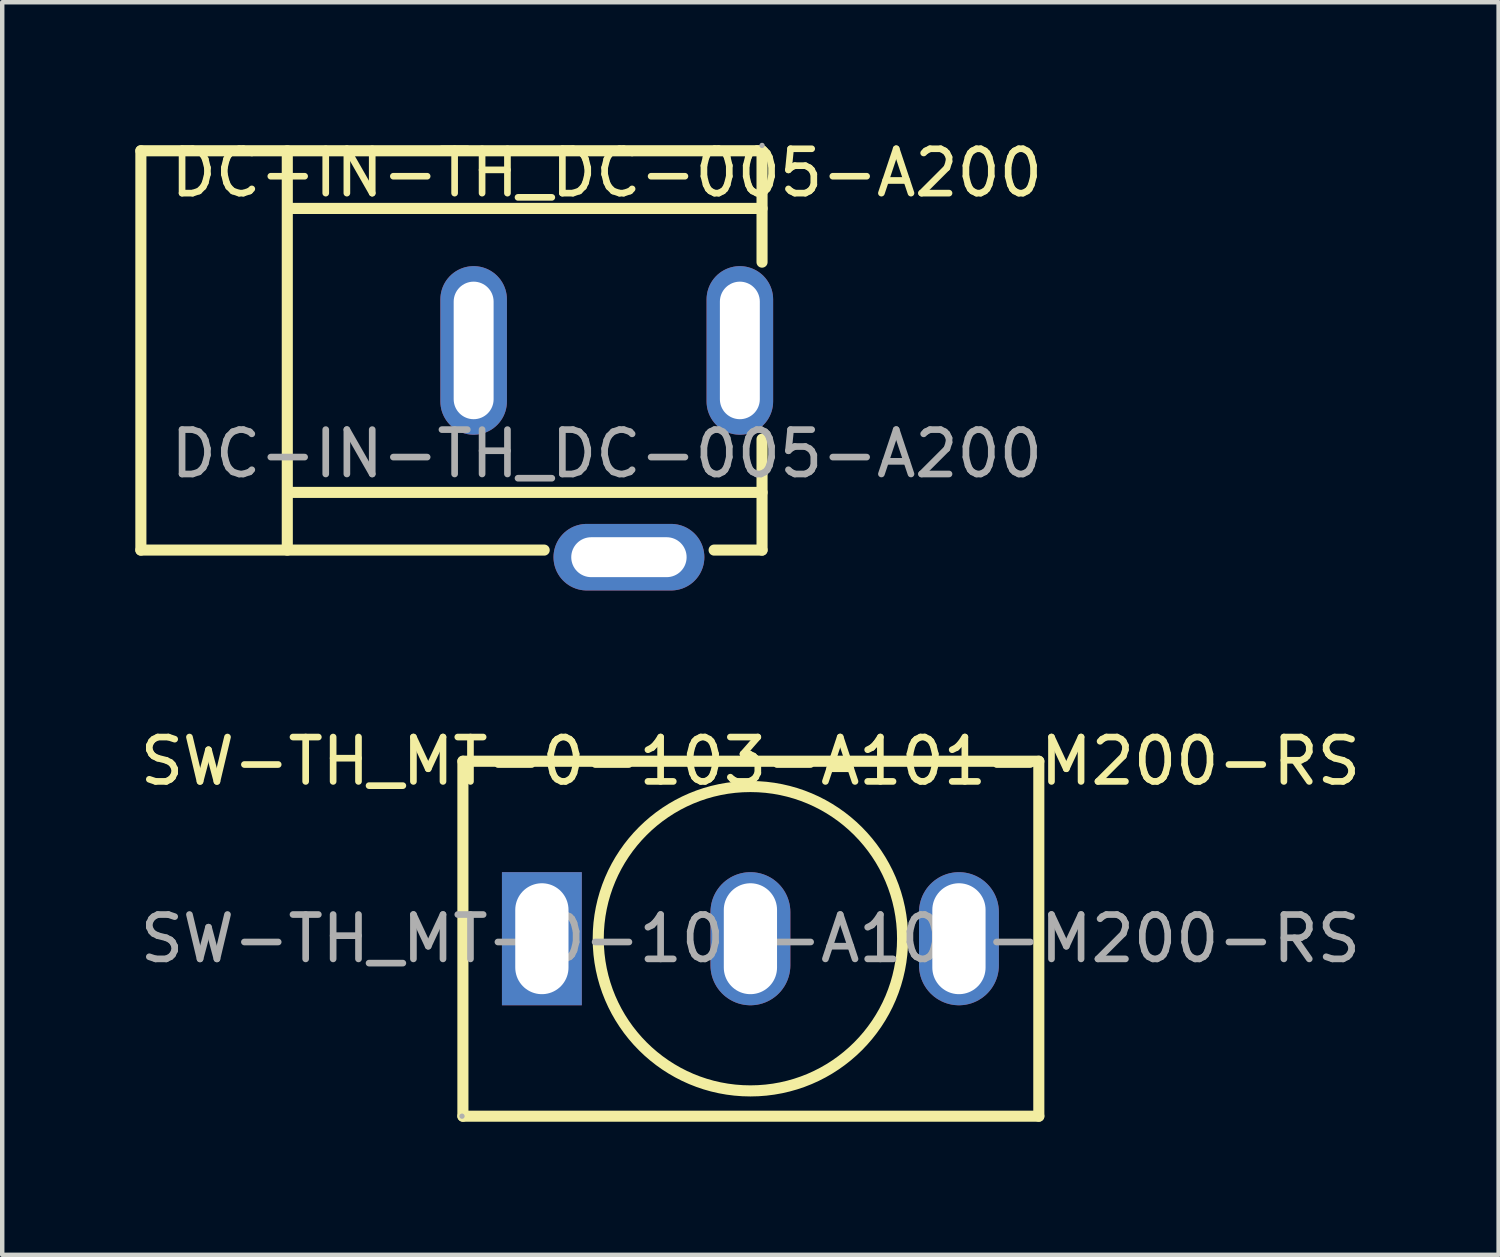
<source format=kicad_pcb>
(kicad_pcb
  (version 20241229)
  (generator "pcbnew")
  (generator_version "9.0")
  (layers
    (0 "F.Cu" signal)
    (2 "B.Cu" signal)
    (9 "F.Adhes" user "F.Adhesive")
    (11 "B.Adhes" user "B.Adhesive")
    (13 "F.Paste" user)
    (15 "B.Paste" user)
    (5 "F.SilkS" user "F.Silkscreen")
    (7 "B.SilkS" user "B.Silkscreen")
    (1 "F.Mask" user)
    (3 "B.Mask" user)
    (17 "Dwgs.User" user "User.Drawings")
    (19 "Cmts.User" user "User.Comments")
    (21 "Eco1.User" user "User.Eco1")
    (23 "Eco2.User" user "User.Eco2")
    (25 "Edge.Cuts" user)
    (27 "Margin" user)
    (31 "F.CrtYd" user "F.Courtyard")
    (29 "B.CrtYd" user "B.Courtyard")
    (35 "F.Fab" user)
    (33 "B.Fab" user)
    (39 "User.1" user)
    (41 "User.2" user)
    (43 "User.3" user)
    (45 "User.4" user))
  (footprint "DC-IN-TH_DC-005-A200"
    (layer "F.Cu")
    (at 10.625 7.178)
    (property "Reference" "DC-IN-TH_DC-005-A200" (at 0 -6.33 0) (layer "F.SilkS") (effects (font (size 1 1) (thickness 0.15))))
    (attr through_hole)
    (fp_line (start -10.5 -6.83) (end 3.5 -6.83) (stroke (width 0.25) (type solid)) (layer "F.SilkS"))
    (fp_line (start -10.5 2.17) (end -10.5 -6.83) (stroke (width 0.25) (type solid)) (layer "F.SilkS"))
    (fp_line (start -7.2 2.17) (end -7.2 -6.83) (stroke (width 0.25) (type solid)) (layer "F.SilkS"))
    (fp_line (start -7.12 -5.53) (end 3.5 -5.53) (stroke (width 0.25) (type solid)) (layer "F.SilkS"))
    (fp_line (start -7.12 0.87) (end 3.5 0.87) (stroke (width 0.25) (type solid)) (layer "F.SilkS"))
    (fp_line (start -1.41 2.17) (end -10.5 2.17) (stroke (width 0.25) (type solid)) (layer "F.SilkS"))
    (fp_line (start 3.5 -6.83) (end 3.5 -4.32) (stroke (width 0.25) (type solid)) (layer "F.SilkS"))
    (fp_line (start 3.5 -0.33) (end 3.5 2.17) (stroke (width 0.25) (type solid)) (layer "F.SilkS"))
    (fp_line (start 3.5 2.17) (end 2.42 2.17) (stroke (width 0.25) (type solid)) (layer "F.SilkS"))
    (fp_circle (center 3.5 -6.95) (end 3.53 -6.95) (stroke (width 0.06) (type solid)) (fill no) (layer "F.Fab"))
    (fp_text user "${REFERENCE}" (at 0 0 0) (layer "F.Fab") (effects (font (size 1 1) (thickness 0.15))))
    (pad "1" thru_hole oval (at 3 -2.33) (size 1.5 3.8) (drill oval 0.9 3.1) (layers "*.Cu" "*.Mask"))
    (pad "2" thru_hole oval (at -3 -2.33 180) (size 1.5 3.8) (drill oval 0.9 3.1) (layers "*.Cu" "*.Mask"))
    (pad "3" thru_hole oval (at 0.5 2.33 270) (size 1.5 3.4) (drill oval 0.9 2.6) (layers "*.Cu" "*.Mask")))
  (footprint "SW-TH_MT-0-103-A101-M200-RS"
    (layer "F.Cu")
    (at 13.863 18.107)
    (property "Reference" "SW-TH_MT-0-103-A101-M200-RS" (at 0 -4 0) (layer "F.SilkS") (effects (font (size 1 1) (thickness 0.15))))
    (attr through_hole)
    (fp_line (start -6.48 4) (end -6.48 -4) (stroke (width 0.25) (type solid)) (layer "F.SilkS"))
    (fp_line (start 6.5 -4) (end -6.48 -4) (stroke (width 0.25) (type solid)) (layer "F.SilkS"))
    (fp_line (start 6.5 -4) (end 6.5 4) (stroke (width 0.25) (type solid)) (layer "F.SilkS"))
    (fp_line (start 6.5 4) (end -6.48 4) (stroke (width 0.25) (type solid)) (layer "F.SilkS"))
    (fp_circle (center 0 0) (end 3.43 0) (stroke (width 0.25) (type solid)) (fill no) (layer "F.SilkS"))
    (fp_circle (center -6.5 4) (end -6.47 4) (stroke (width 0.06) (type solid)) (fill no) (layer "F.Fab"))
    (fp_text user "${REFERENCE}" (at 0 0 0) (layer "F.Fab") (effects (font (size 1 1) (thickness 0.15))))
    (pad "1" thru_hole rect (at -4.7 0) (size 1.8 3) (drill oval 1.2 2.5) (layers "*.Cu" "*.Mask"))
    (pad "2" thru_hole oval (at 0 0) (size 1.8 3) (drill oval 1.2 2.5) (layers "*.Cu" "*.Mask"))
    (pad "3" thru_hole oval (at 4.7 0) (size 1.8 3) (drill oval 1.2 2.5) (layers "*.Cu" "*.Mask")))
  (gr_rect
    (start -3 -3)
    (end 30.726 25.232)
    (stroke (width 0.1) (type default))
    (fill no)
    (layer "Edge.Cuts")))
</source>
